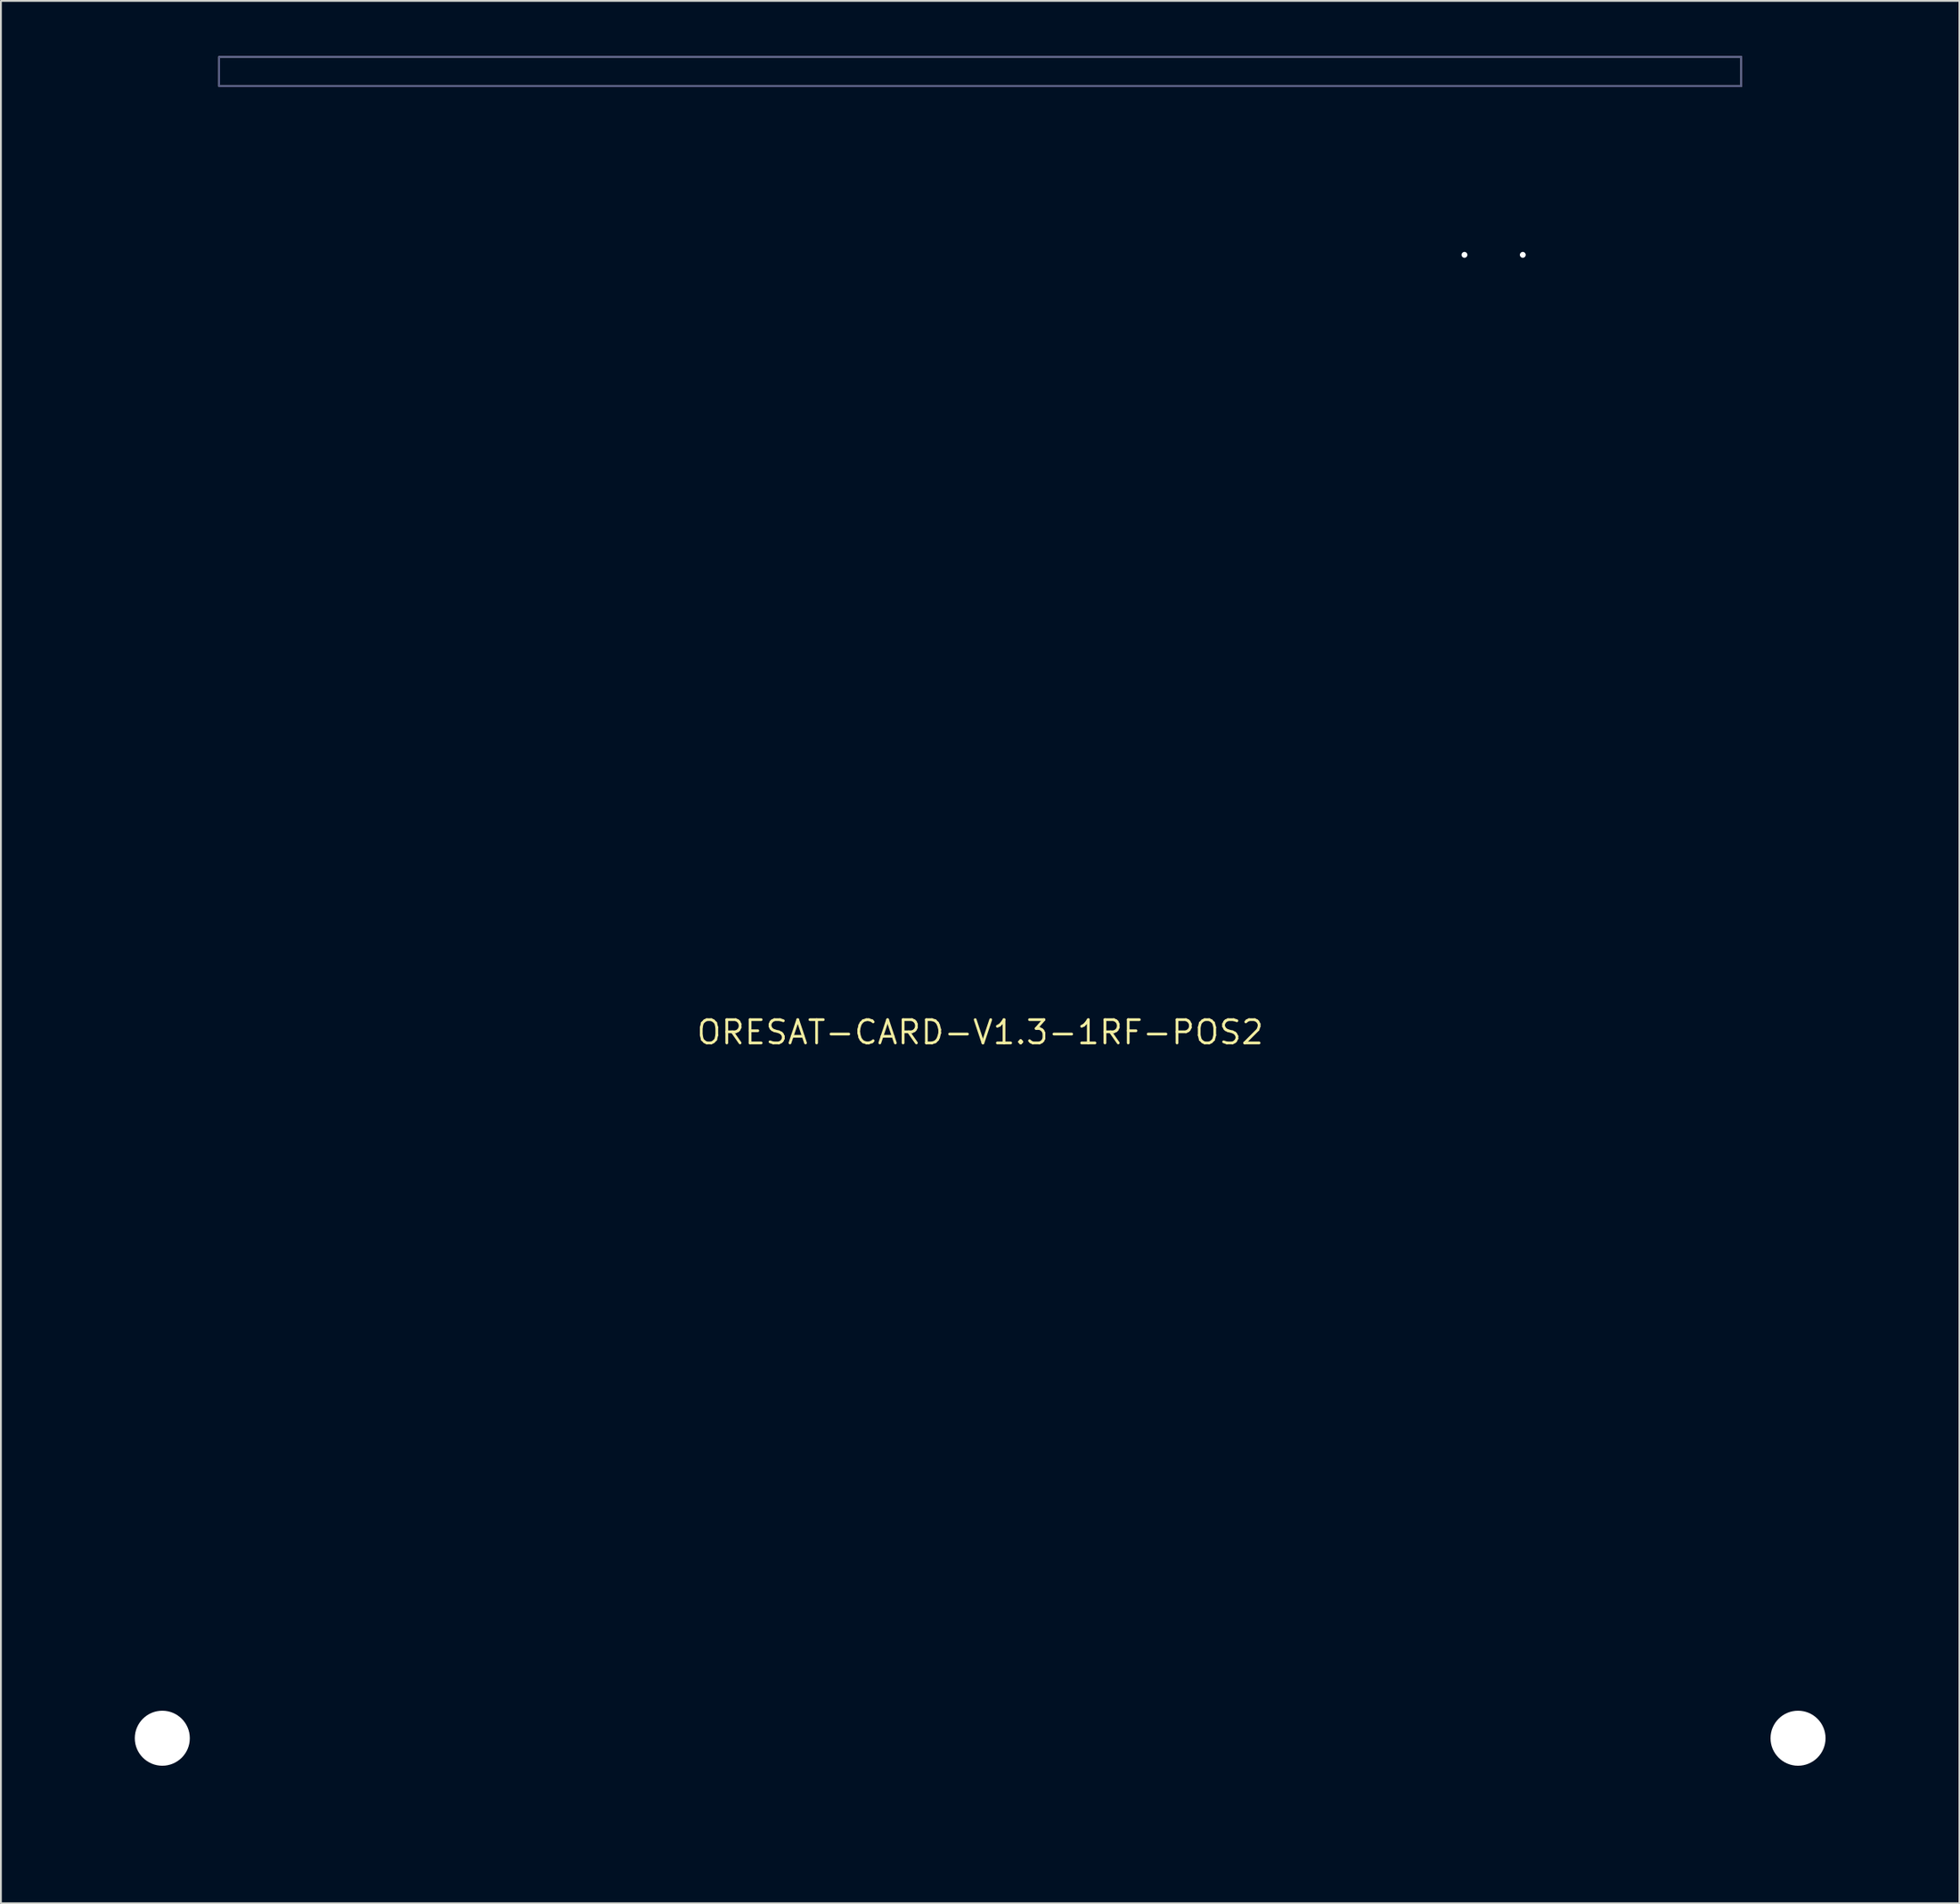
<source format=kicad_pcb>
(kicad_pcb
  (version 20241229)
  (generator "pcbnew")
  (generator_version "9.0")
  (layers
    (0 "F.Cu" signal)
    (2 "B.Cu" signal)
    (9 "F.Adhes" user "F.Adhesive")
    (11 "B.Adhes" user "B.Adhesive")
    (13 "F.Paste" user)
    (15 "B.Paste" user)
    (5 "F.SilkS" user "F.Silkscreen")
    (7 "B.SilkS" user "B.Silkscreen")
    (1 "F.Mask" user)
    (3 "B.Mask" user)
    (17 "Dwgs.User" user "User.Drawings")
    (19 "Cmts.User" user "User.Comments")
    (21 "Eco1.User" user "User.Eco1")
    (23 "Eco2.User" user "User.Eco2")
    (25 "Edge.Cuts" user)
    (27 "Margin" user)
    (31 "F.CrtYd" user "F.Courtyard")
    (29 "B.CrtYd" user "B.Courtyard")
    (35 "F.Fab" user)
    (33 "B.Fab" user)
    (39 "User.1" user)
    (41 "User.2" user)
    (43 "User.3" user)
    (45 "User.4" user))
  (footprint "ORESAT-CARD-V1.3-1RF-POS2"
    (layer "F.Cu")
    (at 50.401 47.45)
    (property "Reference" "ORESAT-CARD-V1.3-1RF-POS2" (at 0 5.8 0) (layer "F.SilkS") (effects (font (size 1.27 1.27) (thickness 0.15))))
    (attr exclude_from_bom)
    (fp_poly (pts (xy -47.15 41.25) (xy -49.403 41.25) (xy -49.542 41.232) (xy -49.675 41.177) (xy -49.789 41.089) (xy -49.879 40.973) (xy -49.95 40.707) (xy -49.95 -39.021) (xy -47.15 -41.821)) (stroke (width 0) (type solid)) (fill yes) (layer "F.Mask"))
    (fp_poly (pts (xy 49.95 -39.022) (xy 49.95 40.703) (xy 49.932 40.842) (xy 49.877 40.975) (xy 49.789 41.089) (xy 49.675 41.177) (xy 49.542 41.232) (xy 49.403 41.25) (xy 47.15 41.25) (xy 47.15 -41.8)) (stroke (width 0) (type solid)) (fill yes) (layer "F.Mask"))
    (fp_poly (pts (xy 34.45 49.303) (xy 34.432 49.442) (xy 34.377 49.575) (xy 34.289 49.689) (xy 34.175 49.777) (xy 34.042 49.832) (xy 33.903 49.85) (xy -33.903 49.85) (xy -34.042 49.832) (xy -34.175 49.777) (xy -34.289 49.689) (xy -34.379 49.573) (xy -34.45 49.307) (xy -34.45 47.15) (xy 34.45 47.15)) (stroke (width 0) (type solid)) (fill yes) (layer "F.Mask"))
    (fp_poly (pts (xy -47.15 41.25) (xy -49.403 41.25) (xy -49.542 41.232) (xy -49.675 41.177) (xy -49.789 41.089) (xy -49.879 40.973) (xy -49.95 40.707) (xy -49.95 -39.021) (xy -47.15 -41.821)) (stroke (width 0) (type solid)) (fill yes) (layer "B.Mask"))
    (fp_poly (pts (xy 49.95 -39.022) (xy 49.95 40.703) (xy 49.932 40.842) (xy 49.877 40.975) (xy 49.789 41.089) (xy 49.675 41.177) (xy 49.542 41.232) (xy 49.403 41.25) (xy 47.15 41.25) (xy 47.15 -41.8)) (stroke (width 0) (type solid)) (fill yes) (layer "B.Mask"))
    (fp_poly (pts (xy 34.45 49.303) (xy 34.432 49.442) (xy 34.377 49.575) (xy 34.289 49.689) (xy 34.175 49.777) (xy 34.042 49.832) (xy 33.903 49.85) (xy -33.903 49.85) (xy -34.042 49.832) (xy -34.175 49.777) (xy -34.289 49.689) (xy -34.379 49.573) (xy -34.45 49.307) (xy -34.45 47.15) (xy 34.45 47.15)) (stroke (width 0) (type solid)) (fill yes) (layer "B.Mask"))
    (fp_line (start -49.9 -39) (end -49.9 40.7) (stroke (width 0.001) (type solid)) (layer "Dwgs.User"))
    (fp_line (start -49.4 41.2) (end -47.65 41.2) (stroke (width 0.001) (type solid)) (layer "Dwgs.User"))
    (fp_line (start -47.4 -41.5) (end -47.4 41.2) (stroke (width 0.001) (type solid)) (layer "Dwgs.User"))
    (fp_line (start -47.15 41.7) (end -47.15 46.4) (stroke (width 0.001) (type solid)) (layer "Dwgs.User"))
    (fp_line (start -46.65 46.9) (end -45.3 46.9) (stroke (width 0.001) (type solid)) (layer "Dwgs.User"))
    (fp_line (start -45.3 -43.6) (end -49.9 -39) (stroke (width 0.001) (type solid)) (layer "Dwgs.User"))
    (fp_line (start -45.3 46.9) (end -45.3 -43.6) (stroke (width 0.001) (type solid)) (layer "Dwgs.User"))
    (fp_line (start -45.3 46.9) (end -34.9 46.9) (stroke (width 0.001) (type solid)) (layer "Dwgs.User"))
    (fp_line (start -44.1 -44.8) (end -45.3 -43.6) (stroke (width 0.001) (type solid)) (layer "Dwgs.User"))
    (fp_line (start -41.5 -45.8) (end -41.5 -47.4) (stroke (width 0.001) (type solid)) (layer "Dwgs.User"))
    (fp_line (start -41.5 46.9) (end -41.5 -44.8) (stroke (width 0.001) (type solid)) (layer "Dwgs.User"))
    (fp_line (start -41.232 -44.8) (end -44.1 -44.8) (stroke (width 0.001) (type solid)) (layer "Dwgs.User"))
    (fp_line (start -40.027 -38.1) (end 6.521 -38.1) (stroke (width 0.001) (type solid)) (layer "Dwgs.User"))
    (fp_line (start -34.4 47.4) (end -34.4 49.3) (stroke (width 0.001) (type solid)) (layer "Dwgs.User"))
    (fp_line (start -34.4 47.4) (end 34.4 47.4) (stroke (width 0.001) (type solid)) (layer "Dwgs.User"))
    (fp_line (start -33.9 49.8) (end 33.9 49.8) (stroke (width 0.001) (type solid)) (layer "Dwgs.User"))
    (fp_line (start -28 -40.1) (end -28 -36.1) (stroke (width 0.001) (type solid)) (layer "Dwgs.User"))
    (fp_line (start -18.232 -44.8) (end -37.768 -44.8) (stroke (width 0.001) (type solid)) (layer "Dwgs.User"))
    (fp_line (start 0 5.228) (end 0 -40.1) (stroke (width 0.001) (type solid)) (layer "Dwgs.User"))
    (fp_line (start 14.768 -44.8) (end -14.768 -44.8) (stroke (width 0.001) (type solid)) (layer "Dwgs.User"))
    (fp_line (start 23.732 -44.8) (end 18.232 -44.8) (stroke (width 0.001) (type solid)) (layer "Dwgs.User"))
    (fp_line (start 24.232 -44.3) (end 24.232 -41.3) (stroke (width 0.001) (type solid)) (layer "Dwgs.User"))
    (fp_line (start 26.41 -40.8) (end 24.732 -40.8) (stroke (width 0.001) (type solid)) (layer "Dwgs.User"))
    (fp_line (start 26.41 -37.1) (end 26.41 -40.8) (stroke (width 0.001) (type solid)) (layer "Dwgs.User"))
    (fp_line (start 26.91 -36.6) (end 29.09 -36.6) (stroke (width 0.001) (type solid)) (layer "Dwgs.User"))
    (fp_line (start 29.59 -37.1) (end 29.59 -40.8) (stroke (width 0.001) (type solid)) (layer "Dwgs.User"))
    (fp_line (start 31.268 -40.8) (end 29.59 -40.8) (stroke (width 0.001) (type solid)) (layer "Dwgs.User"))
    (fp_line (start 31.768 -44.3) (end 31.768 -41.3) (stroke (width 0.001) (type solid)) (layer "Dwgs.User"))
    (fp_line (start 34.4 49.3) (end 34.4 47.4) (stroke (width 0.001) (type solid)) (layer "Dwgs.User"))
    (fp_line (start 34.9 46.9) (end 45.3 46.9) (stroke (width 0.001) (type solid)) (layer "Dwgs.User"))
    (fp_line (start 37.768 -44.8) (end 32.268 -44.8) (stroke (width 0.001) (type solid)) (layer "Dwgs.User"))
    (fp_line (start 41.5 -47.4) (end -41.5 -47.4) (stroke (width 0.001) (type solid)) (layer "Dwgs.User"))
    (fp_line (start 41.5 -47.4) (end 41.5 -45.8) (stroke (width 0.001) (type solid)) (layer "Dwgs.User"))
    (fp_line (start 41.5 -45.8) (end -41.5 -45.8) (stroke (width 0.001) (type solid)) (layer "Dwgs.User"))
    (fp_line (start 41.5 46.9) (end 41.5 -44.8) (stroke (width 0.001) (type solid)) (layer "Dwgs.User"))
    (fp_line (start 44.1 -44.8) (end 41.232 -44.8) (stroke (width 0.001) (type solid)) (layer "Dwgs.User"))
    (fp_line (start 45.3 -43.6) (end 44.1 -44.8) (stroke (width 0.001) (type solid)) (layer "Dwgs.User"))
    (fp_line (start 45.3 46.9) (end 45.3 -43.6) (stroke (width 0.001) (type solid)) (layer "Dwgs.User"))
    (fp_line (start 45.3 46.9) (end 46.65 46.9) (stroke (width 0.001) (type solid)) (layer "Dwgs.User"))
    (fp_line (start 47.15 46.4) (end 47.15 41.7) (stroke (width 0.001) (type solid)) (layer "Dwgs.User"))
    (fp_line (start 47.4 41.25) (end 47.4 -41.5) (stroke (width 0.001) (type solid)) (layer "Dwgs.User"))
    (fp_line (start 47.65 41.2) (end 49.4 41.2) (stroke (width 0.001) (type solid)) (layer "Dwgs.User"))
    (fp_line (start 49.9 -39) (end 45.3 -43.6) (stroke (width 0.001) (type solid)) (layer "Dwgs.User"))
    (fp_line (start 49.9 40.7) (end 49.9 -39) (stroke (width 0.001) (type solid)) (layer "Dwgs.User"))
    (fp_arc (start -49.4 41.2) (mid -49.753553 41.053553) (end -49.9 40.7) (stroke (width 0.001) (type solid)) (layer "Dwgs.User"))
    (fp_arc (start -47.65 41.2) (mid -47.296447 41.346447) (end -47.15 41.7) (stroke (width 0.001) (type solid)) (layer "Dwgs.User"))
    (fp_arc (start -46.65 46.9) (mid -47.003553 46.753553) (end -47.15 46.4) (stroke (width 0.001) (type solid)) (layer "Dwgs.User"))
    (fp_arc (start -37.76795 -44.8) (mid -39.499999 -43.800001) (end -41.232049 -44.799999) (stroke (width 0.001) (type solid)) (layer "Dwgs.User"))
    (fp_arc (start -34.9 46.9) (mid -34.546447 47.046447) (end -34.4 47.4) (stroke (width 0.001) (type solid)) (layer "Dwgs.User"))
    (fp_arc (start -33.9 49.8) (mid -34.253553 49.653553) (end -34.4 49.3) (stroke (width 0.001) (type solid)) (layer "Dwgs.User"))
    (fp_arc (start -14.76795 -44.8) (mid -16.499999 -43.800001) (end -18.232049 -44.799999) (stroke (width 0.001) (type solid)) (layer "Dwgs.User"))
    (fp_arc (start 18.23205 -44.8) (mid 16.500001 -43.800001) (end 14.767951 -44.799999) (stroke (width 0.001) (type solid)) (layer "Dwgs.User"))
    (fp_arc (start 18.23205 -44.8) (mid 16.500001 -43.800001) (end 14.767951 -44.799999) (stroke (width 0.001) (type solid)) (layer "Dwgs.User"))
    (fp_arc (start 23.73205 -44.8) (mid 24.085571 -44.653536) (end 24.23205 -44.3) (stroke (width 0.001) (type solid)) (layer "Dwgs.User"))
    (fp_arc (start 24.73205 -40.8) (mid 24.378529 -40.946464) (end 24.23205 -41.3) (stroke (width 0.001) (type solid)) (layer "Dwgs.User"))
    (fp_arc (start 26.91 -36.6) (mid 26.556447 -36.746447) (end 26.41 -37.1) (stroke (width 0.001) (type solid)) (layer "Dwgs.User"))
    (fp_arc (start 29.59 -37.1) (mid 29.443553 -36.746447) (end 29.09 -36.6) (stroke (width 0.001) (type solid)) (layer "Dwgs.User"))
    (fp_arc (start 31.76795 -44.3) (mid 31.914394 -44.653571) (end 32.26795 -44.8) (stroke (width 0.001) (type solid)) (layer "Dwgs.User"))
    (fp_arc (start 31.76795 -41.3) (mid 31.621506 -40.946429) (end 31.26795 -40.8) (stroke (width 0.001) (type solid)) (layer "Dwgs.User"))
    (fp_arc (start 34.4 47.4) (mid 34.546447 47.046447) (end 34.9 46.9) (stroke (width 0.001) (type solid)) (layer "Dwgs.User"))
    (fp_arc (start 34.4 49.3) (mid 34.253553 49.653553) (end 33.9 49.8) (stroke (width 0.001) (type solid)) (layer "Dwgs.User"))
    (fp_arc (start 41.23205 -44.8) (mid 39.500001 -43.800001) (end 37.767951 -44.799999) (stroke (width 0.001) (type solid)) (layer "Dwgs.User"))
    (fp_arc (start 47.15 41.7) (mid 47.296447 41.346447) (end 47.65 41.2) (stroke (width 0.001) (type solid)) (layer "Dwgs.User"))
    (fp_arc (start 47.15 46.4) (mid 47.003553 46.753553) (end 46.65 46.9) (stroke (width 0.001) (type solid)) (layer "Dwgs.User"))
    (fp_arc (start 49.9 40.7) (mid 49.753553 41.053553) (end 49.4 41.2) (stroke (width 0.001) (type solid)) (layer "Dwgs.User"))
    (fp_circle (center 0 0) (end 2.5 0) (stroke (width 0.001) (type solid)) (fill no) (layer "Dwgs.User"))
    (fp_circle (center 26.41 -36.6) (end 26.57 -36.6) (stroke (width 0.001) (type solid)) (fill no) (layer "Dwgs.User"))
    (fp_circle (center 29.59 -36.6) (end 29.75 -36.6) (stroke (width 0.001) (type solid)) (fill no) (layer "Dwgs.User"))
    (fp_line (start -49.9 -39) (end -49.9 40.7) (stroke (width 0.001) (type solid)) (layer "Edge.Cuts"))
    (fp_line (start -49.4 41.2) (end -47.65 41.2) (stroke (width 0.001) (type solid)) (layer "Edge.Cuts"))
    (fp_line (start -47.15 41.7) (end -47.15 46.4) (stroke (width 0.001) (type solid)) (layer "Edge.Cuts"))
    (fp_line (start -46.65 46.9) (end -34.9 46.9) (stroke (width 0.001) (type solid)) (layer "Edge.Cuts"))
    (fp_line (start -44.1 -44.8) (end -49.9 -39) (stroke (width 0.001) (type solid)) (layer "Edge.Cuts"))
    (fp_line (start -41.232 -44.8) (end -44.1 -44.8) (stroke (width 0.001) (type solid)) (layer "Edge.Cuts"))
    (fp_line (start -34.4 47.4) (end -34.4 49.3) (stroke (width 0.001) (type solid)) (layer "Edge.Cuts"))
    (fp_line (start -33.9 49.8) (end 33.9 49.8) (stroke (width 0.001) (type solid)) (layer "Edge.Cuts"))
    (fp_line (start -18.232 -44.8) (end -37.768 -44.8) (stroke (width 0.001) (type solid)) (layer "Edge.Cuts"))
    (fp_line (start 14.768 -44.8) (end -14.768 -44.8) (stroke (width 0.001) (type solid)) (layer "Edge.Cuts"))
    (fp_line (start 23.732 -44.8) (end 18.232 -44.8) (stroke (width 0.001) (type solid)) (layer "Edge.Cuts"))
    (fp_line (start 24.232 -44.3) (end 24.232 -41.3) (stroke (width 0.001) (type solid)) (layer "Edge.Cuts"))
    (fp_line (start 26.41 -40.8) (end 24.732 -40.8) (stroke (width 0.001) (type solid)) (layer "Edge.Cuts"))
    (fp_line (start 26.41 -37.1) (end 26.41 -40.8) (stroke (width 0.001) (type solid)) (layer "Edge.Cuts"))
    (fp_line (start 26.91 -36.6) (end 29.09 -36.6) (stroke (width 0.001) (type solid)) (layer "Edge.Cuts"))
    (fp_line (start 29.59 -37.1) (end 29.59 -40.8) (stroke (width 0.001) (type solid)) (layer "Edge.Cuts"))
    (fp_line (start 31.268 -40.8) (end 29.59 -40.8) (stroke (width 0.001) (type solid)) (layer "Edge.Cuts"))
    (fp_line (start 31.768 -44.3) (end 31.768 -41.3) (stroke (width 0.001) (type solid)) (layer "Edge.Cuts"))
    (fp_line (start 34.4 49.3) (end 34.4 47.4) (stroke (width 0.001) (type solid)) (layer "Edge.Cuts"))
    (fp_line (start 34.9 46.9) (end 46.65 46.9) (stroke (width 0.001) (type solid)) (layer "Edge.Cuts"))
    (fp_line (start 37.768 -44.8) (end 32.268 -44.8) (stroke (width 0.001) (type solid)) (layer "Edge.Cuts"))
    (fp_line (start 44.1 -44.8) (end 41.232 -44.8) (stroke (width 0.001) (type solid)) (layer "Edge.Cuts"))
    (fp_line (start 47.15 46.4) (end 47.15 41.7) (stroke (width 0.001) (type solid)) (layer "Edge.Cuts"))
    (fp_line (start 47.65 41.2) (end 49.4 41.2) (stroke (width 0.001) (type solid)) (layer "Edge.Cuts"))
    (fp_line (start 49.9 -39) (end 44.1 -44.8) (stroke (width 0.001) (type solid)) (layer "Edge.Cuts"))
    (fp_line (start 49.9 40.7) (end 49.9 -39) (stroke (width 0.001) (type solid)) (layer "Edge.Cuts"))
    (fp_arc (start -49.4 41.2) (mid -49.753553 41.053553) (end -49.9 40.7) (stroke (width 0.001) (type solid)) (layer "Edge.Cuts"))
    (fp_arc (start -47.65 41.2) (mid -47.296447 41.346447) (end -47.15 41.7) (stroke (width 0.001) (type solid)) (layer "Edge.Cuts"))
    (fp_arc (start -46.65 46.9) (mid -47.003553 46.753553) (end -47.15 46.4) (stroke (width 0.001) (type solid)) (layer "Edge.Cuts"))
    (fp_arc (start -37.767951 -44.799999) (mid -39.500001 -43.800001) (end -41.23205 -44.8) (stroke (width 0.001) (type solid)) (layer "Edge.Cuts"))
    (fp_arc (start -34.9 46.9) (mid -34.546447 47.046447) (end -34.4 47.4) (stroke (width 0.001) (type solid)) (layer "Edge.Cuts"))
    (fp_arc (start -33.9 49.8) (mid -34.253553 49.653553) (end -34.4 49.3) (stroke (width 0.001) (type solid)) (layer "Edge.Cuts"))
    (fp_arc (start -14.767951 -44.799999) (mid -16.500001 -43.800001) (end -18.23205 -44.8) (stroke (width 0.001) (type solid)) (layer "Edge.Cuts"))
    (fp_arc (start 18.23205 -44.8) (mid 16.500001 -43.800001) (end 14.767951 -44.799999) (stroke (width 0.001) (type solid)) (layer "Edge.Cuts"))
    (fp_arc (start 23.73205 -44.8) (mid 24.085571 -44.653536) (end 24.23205 -44.3) (stroke (width 0.001) (type solid)) (layer "Edge.Cuts"))
    (fp_arc (start 24.73205 -40.8) (mid 24.378529 -40.946464) (end 24.23205 -41.3) (stroke (width 0.001) (type solid)) (layer "Edge.Cuts"))
    (fp_arc (start 26.91 -36.6) (mid 26.556447 -36.746447) (end 26.41 -37.1) (stroke (width 0.001) (type solid)) (layer "Edge.Cuts"))
    (fp_arc (start 29.59 -37.1) (mid 29.443553 -36.746447) (end 29.09 -36.6) (stroke (width 0.001) (type solid)) (layer "Edge.Cuts"))
    (fp_arc (start 31.76795 -44.3) (mid 31.914394 -44.653571) (end 32.26795 -44.8) (stroke (width 0.001) (type solid)) (layer "Edge.Cuts"))
    (fp_arc (start 31.76795 -41.3) (mid 31.621506 -40.946429) (end 31.26795 -40.8) (stroke (width 0.001) (type solid)) (layer "Edge.Cuts"))
    (fp_arc (start 34.4 47.4) (mid 34.546447 47.046447) (end 34.9 46.9) (stroke (width 0.001) (type solid)) (layer "Edge.Cuts"))
    (fp_arc (start 34.4 49.3) (mid 34.253553 49.653553) (end 33.9 49.8) (stroke (width 0.001) (type solid)) (layer "Edge.Cuts"))
    (fp_arc (start 41.23205 -44.8) (mid 39.500001 -43.800001) (end 37.767951 -44.799999) (stroke (width 0.001) (type solid)) (layer "Edge.Cuts"))
    (fp_arc (start 47.15 41.7) (mid 47.296447 41.346447) (end 47.65 41.2) (stroke (width 0.001) (type solid)) (layer "Edge.Cuts"))
    (fp_arc (start 47.15 46.4) (mid 47.003553 46.753553) (end 46.65 46.9) (stroke (width 0.001) (type solid)) (layer "Edge.Cuts"))
    (fp_arc (start 49.9 40.7) (mid 49.753553 41.053553) (end 49.4 41.2) (stroke (width 0.001) (type solid)) (layer "Edge.Cuts"))
    (fp_line (start -50.4 -43.6) (end -50.4 50.3) (stroke (width 0.001) (type solid)) (layer "B.CrtYd"))
    (fp_line (start -50.4 50.3) (end 50.4 50.3) (stroke (width 0.001) (type solid)) (layer "B.CrtYd"))
    (fp_line (start -46.9 -43.6) (end -50.4 -43.6) (stroke (width 0.001) (type solid)) (layer "B.CrtYd"))
    (fp_line (start -46.9 46.9) (end -46.9 -43.6) (stroke (width 0.001) (type solid)) (layer "B.CrtYd"))
    (fp_line (start -46.9 46.9) (end 46.9 46.9) (stroke (width 0.001) (type solid)) (layer "B.CrtYd"))
    (fp_line (start 46.9 -43.6) (end 50.4 -43.6) (stroke (width 0.001) (type solid)) (layer "B.CrtYd"))
    (fp_line (start 46.9 46.9) (end 46.9 -43.6) (stroke (width 0.001) (type solid)) (layer "B.CrtYd"))
    (fp_line (start 50.4 -43.6) (end 50.4 50.3) (stroke (width 0.001) (type solid)) (layer "B.CrtYd"))
    (fp_line (start -50.4 -43.6) (end -50.4 50.3) (stroke (width 0.001) (type solid)) (layer "F.CrtYd"))
    (fp_line (start -50.4 50.3) (end 50.4 50.3) (stroke (width 0.001) (type solid)) (layer "F.CrtYd"))
    (fp_line (start -46.9 -43.6) (end -50.4 -43.6) (stroke (width 0.001) (type solid)) (layer "F.CrtYd"))
    (fp_line (start -46.9 46.9) (end -46.9 -43.6) (stroke (width 0.001) (type solid)) (layer "F.CrtYd"))
    (fp_line (start -46.9 46.9) (end 46.9 46.9) (stroke (width 0.001) (type solid)) (layer "F.CrtYd"))
    (fp_line (start 46.9 -43.6) (end 50.4 -43.6) (stroke (width 0.001) (type solid)) (layer "F.CrtYd"))
    (fp_line (start 46.9 46.9) (end 46.9 -43.6) (stroke (width 0.001) (type solid)) (layer "F.CrtYd"))
    (fp_line (start 50.4 -43.6) (end 50.4 50.3) (stroke (width 0.001) (type solid)) (layer "F.CrtYd"))
    (fp_line (start -45.3 46.9) (end -45.3 -43.6) (stroke (width 0.001) (type solid)) (layer "B.Fab"))
    (fp_line (start -41.5 46.9) (end -41.5 -44.8) (stroke (width 0.001) (type solid)) (layer "B.Fab"))
    (fp_line (start 41.5 46.9) (end 41.5 -44.8) (stroke (width 0.001) (type solid)) (layer "B.Fab"))
    (fp_line (start 45.3 46.9) (end 45.3 -43.6) (stroke (width 0.001) (type solid)) (layer "B.Fab"))
    (fp_poly (pts (xy -41.5 -45.8) (xy 41.5 -45.8) (xy 41.5 -47.4) (xy -41.5 -47.4)) (stroke (width 0.1) (type solid)) (fill no) (layer "B.Fab"))
    (fp_line (start -45.3 46.9) (end -45.3 -43.6) (stroke (width 0.001) (type solid)) (layer "F.Fab"))
    (fp_line (start -41.5 46.9) (end -41.5 -44.8) (stroke (width 0.001) (type solid)) (layer "F.Fab"))
    (fp_line (start -29 -38.094) (end -27 -38.094) (stroke (width 0.001) (type solid)) (layer "F.Fab"))
    (fp_line (start -28 -39.094) (end -28 -37.094) (stroke (width 0.001) (type solid)) (layer "F.Fab"))
    (fp_line (start -1 -38.094) (end 1 -38.094) (stroke (width 0.001) (type solid)) (layer "F.Fab"))
    (fp_line (start -1 0) (end 1 0) (stroke (width 0.001) (type solid)) (layer "F.Fab"))
    (fp_line (start 0 -39.094) (end 0 -37.094) (stroke (width 0.001) (type solid)) (layer "F.Fab"))
    (fp_line (start 0 -1) (end 0 1) (stroke (width 0.001) (type solid)) (layer "F.Fab"))
    (fp_line (start 41.5 46.9) (end 41.5 -44.8) (stroke (width 0.001) (type solid)) (layer "F.Fab"))
    (fp_line (start 45.3 46.9) (end 45.3 -43.6) (stroke (width 0.001) (type solid)) (layer "F.Fab"))
    (fp_circle (center -28 -38.094) (end -27.5 -38.094) (stroke (width 0.001) (type solid)) (fill no) (layer "F.Fab"))
    (fp_circle (center 0 -38.094) (end 0.5 -38.094) (stroke (width 0.001) (type solid)) (fill no) (layer "F.Fab"))
    (fp_circle (center 0 0) (end 0.5 0) (stroke (width 0.001) (type solid)) (fill no) (layer "F.Fab"))
    (fp_poly (pts (xy -41.5 -45.8) (xy 41.5 -45.8) (xy 41.5 -47.4) (xy -41.5 -47.4)) (stroke (width 0.1) (type solid)) (fill no) (layer "F.Fab"))
    (pad "" np_thru_hole circle (at -44.6 44.3) (size 3 3) (drill 3) (layers "*.Cu" "*.Mask"))
    (pad "" np_thru_hole circle (at 26.41 -36.6) (size 0.32 0.32) (drill 0.32) (layers "*.Cu" "*.Mask"))
    (pad "" np_thru_hole circle (at 29.59 -36.6) (size 0.32 0.32) (drill 0.32) (layers "*.Cu" "*.Mask"))
    (pad "" np_thru_hole circle (at 44.6 44.3) (size 3 3) (drill 3) (layers "*.Cu" "*.Mask")))
  (gr_rect
    (start -3 -3)
    (end 103.801 100.751)
    (stroke (width 0.1) (type default))
    (fill no)
    (layer "Edge.Cuts")))
</source>
